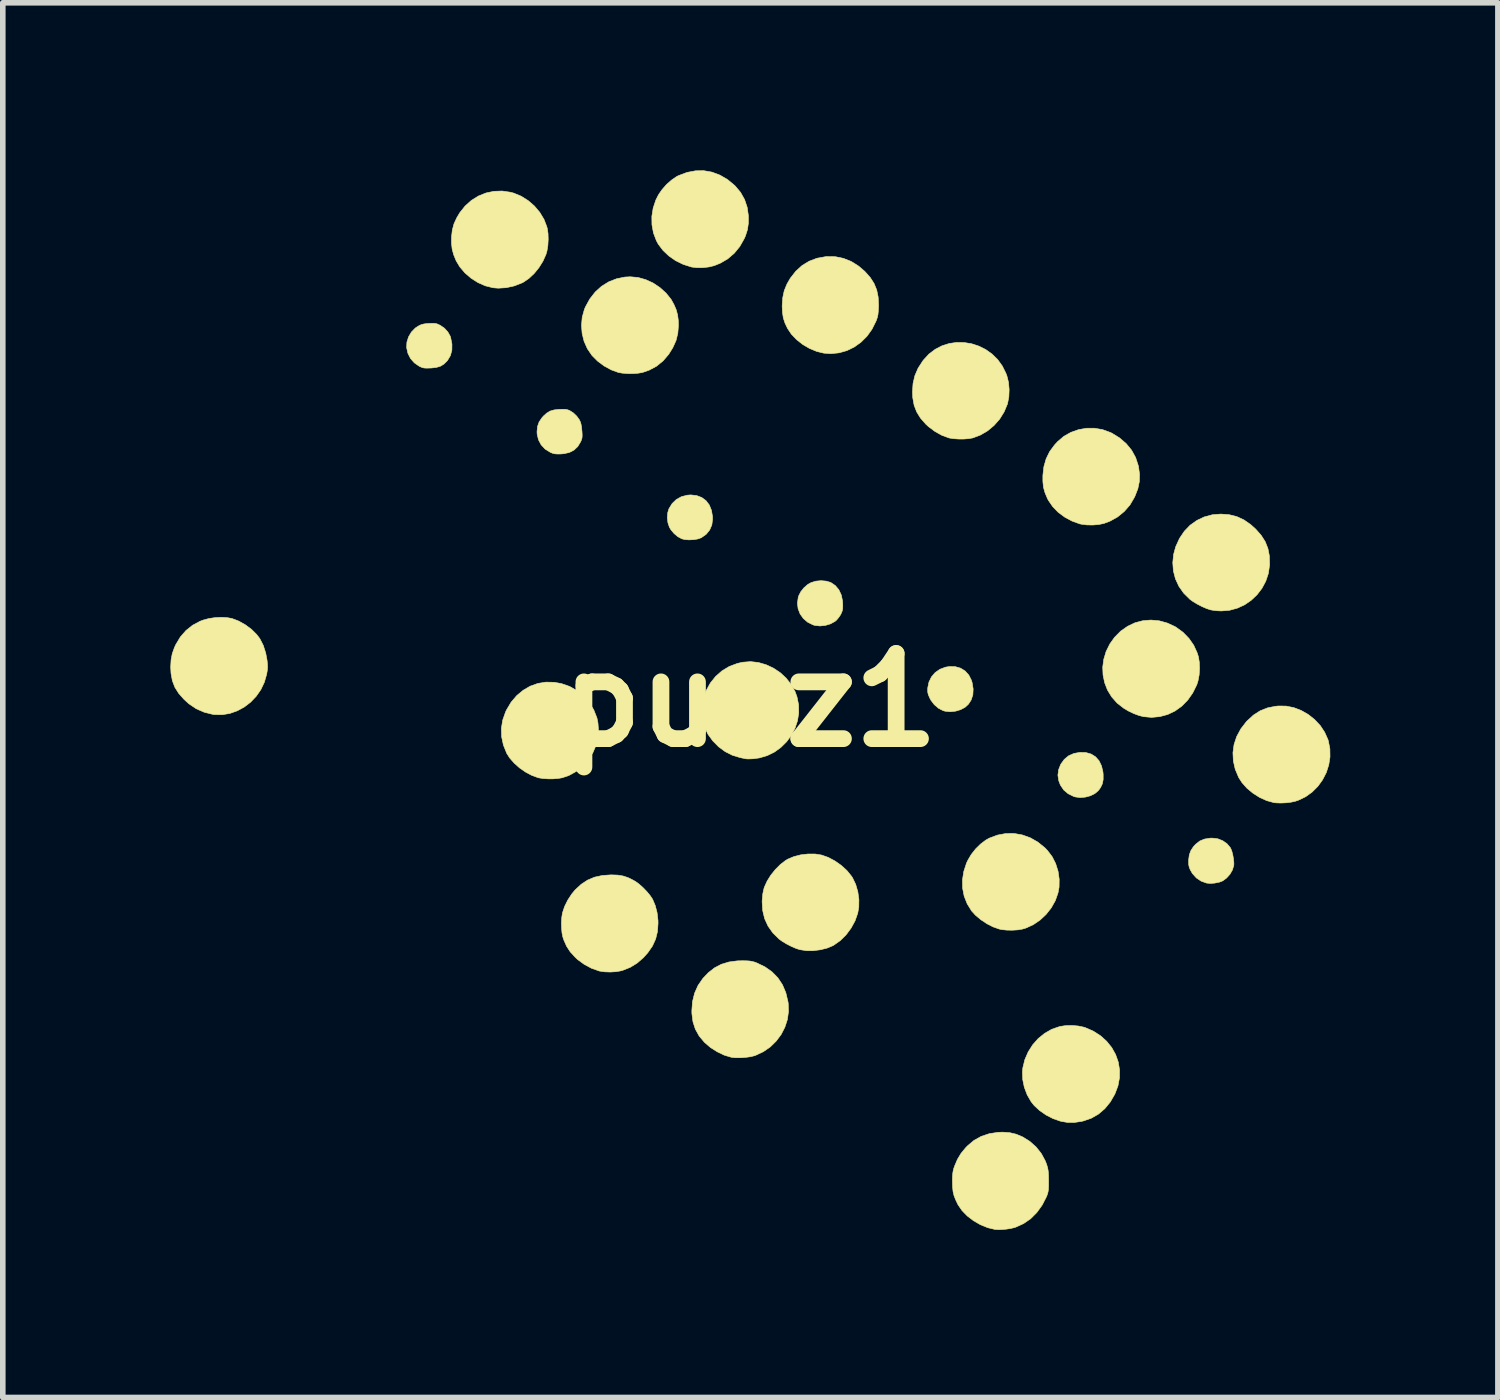
<source format=kicad_pcb>
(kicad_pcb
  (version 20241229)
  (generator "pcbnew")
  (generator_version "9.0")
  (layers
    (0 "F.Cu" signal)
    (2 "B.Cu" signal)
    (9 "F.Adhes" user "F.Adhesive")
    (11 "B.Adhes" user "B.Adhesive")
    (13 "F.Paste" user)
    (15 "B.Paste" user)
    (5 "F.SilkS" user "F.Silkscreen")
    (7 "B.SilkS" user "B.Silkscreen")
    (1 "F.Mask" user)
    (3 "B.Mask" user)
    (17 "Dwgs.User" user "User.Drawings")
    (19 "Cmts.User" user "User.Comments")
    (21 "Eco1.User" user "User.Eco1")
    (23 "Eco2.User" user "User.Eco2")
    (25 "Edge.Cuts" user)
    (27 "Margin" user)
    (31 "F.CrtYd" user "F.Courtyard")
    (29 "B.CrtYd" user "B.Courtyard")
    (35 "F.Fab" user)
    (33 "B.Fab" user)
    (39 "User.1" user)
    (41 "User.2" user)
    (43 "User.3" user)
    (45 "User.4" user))
  (footprint "puzz1"
    (layer "F.Cu")
    (at 10.377 9.481)
    (property "Reference" "puzz1" (at 0 0 0) (layer "F.SilkS") (effects (font (size 1.524 1.524) (thickness 0.3))))
    (attr through_hole)
    (fp_poly (pts (xy 6.007 0.938) (xy 6.102 0.965) (xy 6.181 1.014) (xy 6.244 1.085) (xy 6.288 1.176) (xy 6.314 1.286) (xy 6.318 1.331) (xy 6.318 1.423) (xy 6.303 1.499) (xy 6.27 1.567) (xy 6.232 1.619) (xy 6.17 1.672) (xy 6.09 1.712) (xy 6 1.736) (xy 5.907 1.744) (xy 5.819 1.733) (xy 5.792 1.725) (xy 5.692 1.676) (xy 5.612 1.608) (xy 5.553 1.521) (xy 5.523 1.442) (xy 5.508 1.343) (xy 5.521 1.244) (xy 5.559 1.148) (xy 5.622 1.061) (xy 5.699 0.997) (xy 5.793 0.955) (xy 5.898 0.936) (xy 6.007 0.938)) (stroke (width 0.01) (type solid)) (fill yes) (layer "F.SilkS"))
    (fp_poly (pts (xy -0.958 -3.661) (xy -0.866 -3.626) (xy -0.791 -3.57) (xy -0.732 -3.493) (xy -0.693 -3.397) (xy -0.674 -3.285) (xy -0.673 -3.239) (xy -0.686 -3.137) (xy -0.724 -3.047) (xy -0.786 -2.97) (xy -0.87 -2.91) (xy -0.879 -2.905) (xy -0.939 -2.884) (xy -1.014 -2.872) (xy -1.095 -2.868) (xy -1.171 -2.874) (xy -1.223 -2.887) (xy -1.294 -2.925) (xy -1.362 -2.982) (xy -1.42 -3.051) (xy -1.445 -3.093) (xy -1.472 -3.173) (xy -1.483 -3.263) (xy -1.476 -3.353) (xy -1.454 -3.425) (xy -1.397 -3.518) (xy -1.322 -3.59) (xy -1.231 -3.641) (xy -1.126 -3.668) (xy -1.064 -3.673) (xy -0.958 -3.661)) (stroke (width 0.01) (type solid)) (fill yes) (layer "F.SilkS"))
    (fp_poly (pts (xy 3.671 -0.599) (xy 3.765 -0.572) (xy 3.846 -0.522) (xy 3.912 -0.45) (xy 3.959 -0.358) (xy 3.972 -0.316) (xy 3.991 -0.2) (xy 3.986 -0.096) (xy 3.955 -0.002) (xy 3.908 0.071) (xy 3.847 0.128) (xy 3.766 0.171) (xy 3.675 0.198) (xy 3.58 0.208) (xy 3.487 0.198) (xy 3.453 0.188) (xy 3.371 0.146) (xy 3.296 0.082) (xy 3.235 0.002) (xy 3.211 -0.044) (xy 3.188 -0.099) (xy 3.178 -0.143) (xy 3.177 -0.192) (xy 3.178 -0.218) (xy 3.2 -0.324) (xy 3.245 -0.416) (xy 3.311 -0.493) (xy 3.396 -0.552) (xy 3.497 -0.59) (xy 3.566 -0.601) (xy 3.671 -0.599)) (stroke (width 0.01) (type solid)) (fill yes) (layer "F.SilkS"))
    (fp_poly (pts (xy 1.359 -2.13) (xy 1.438 -2.107) (xy 1.443 -2.105) (xy 1.524 -2.05) (xy 1.587 -1.975) (xy 1.631 -1.881) (xy 1.654 -1.77) (xy 1.657 -1.7) (xy 1.656 -1.64) (xy 1.647 -1.595) (xy 1.629 -1.551) (xy 1.616 -1.525) (xy 1.582 -1.475) (xy 1.543 -1.43) (xy 1.518 -1.409) (xy 1.438 -1.365) (xy 1.345 -1.337) (xy 1.249 -1.327) (xy 1.159 -1.337) (xy 1.127 -1.346) (xy 1.03 -1.394) (xy 0.952 -1.461) (xy 0.894 -1.542) (xy 0.858 -1.635) (xy 0.846 -1.735) (xy 0.86 -1.838) (xy 0.869 -1.867) (xy 0.906 -1.94) (xy 0.963 -2.011) (xy 1.031 -2.07) (xy 1.09 -2.103) (xy 1.175 -2.129) (xy 1.268 -2.138) (xy 1.359 -2.13)) (stroke (width 0.01) (type solid)) (fill yes) (layer "F.SilkS"))
    (fp_poly (pts (xy 8.369 2.482) (xy 8.458 2.517) (xy 8.534 2.57) (xy 8.592 2.638) (xy 8.602 2.656) (xy 8.621 2.704) (xy 8.638 2.769) (xy 8.65 2.839) (xy 8.657 2.905) (xy 8.657 2.955) (xy 8.656 2.957) (xy 8.632 3.039) (xy 8.587 3.117) (xy 8.527 3.184) (xy 8.458 3.235) (xy 8.399 3.258) (xy 8.315 3.275) (xy 8.236 3.281) (xy 8.171 3.275) (xy 8.17 3.275) (xy 8.072 3.24) (xy 7.986 3.182) (xy 7.915 3.103) (xy 7.877 3.037) (xy 7.858 2.989) (xy 7.849 2.945) (xy 7.847 2.893) (xy 7.848 2.86) (xy 7.86 2.769) (xy 7.888 2.693) (xy 7.934 2.623) (xy 7.974 2.58) (xy 8.047 2.522) (xy 8.132 2.487) (xy 8.234 2.471) (xy 8.275 2.47) (xy 8.369 2.482)) (stroke (width 0.01) (type solid)) (fill yes) (layer "F.SilkS"))
    (fp_poly (pts (xy -5.639 -6.742) (xy -5.604 -6.734) (xy -5.568 -6.718) (xy -5.546 -6.707) (xy -5.472 -6.656) (xy -5.411 -6.589) (xy -5.37 -6.516) (xy -5.362 -6.494) (xy -5.338 -6.373) (xy -5.339 -6.263) (xy -5.366 -6.165) (xy -5.417 -6.08) (xy -5.43 -6.065) (xy -5.485 -6.012) (xy -5.543 -5.977) (xy -5.612 -5.956) (xy -5.699 -5.945) (xy -5.722 -5.944) (xy -5.786 -5.942) (xy -5.83 -5.944) (xy -5.866 -5.951) (xy -5.9 -5.965) (xy -5.923 -5.976) (xy -6.01 -6.036) (xy -6.079 -6.114) (xy -6.126 -6.207) (xy -6.149 -6.309) (xy -6.144 -6.407) (xy -6.114 -6.502) (xy -6.063 -6.588) (xy -5.993 -6.66) (xy -5.938 -6.696) (xy -5.893 -6.718) (xy -5.848 -6.731) (xy -5.795 -6.739) (xy -5.743 -6.742) (xy -5.682 -6.744) (xy -5.639 -6.742)) (stroke (width 0.01) (type solid)) (fill yes) (layer "F.SilkS"))
    (fp_poly (pts (xy -3.302 -5.204) (xy -3.266 -5.196) (xy -3.23 -5.182) (xy -3.225 -5.179) (xy -3.163 -5.139) (xy -3.105 -5.083) (xy -3.059 -5.02) (xy -3.036 -4.972) (xy -3.026 -4.931) (xy -3.017 -4.874) (xy -3.011 -4.811) (xy -3.01 -4.805) (xy -3.007 -4.743) (xy -3.009 -4.699) (xy -3.018 -4.663) (xy -3.033 -4.627) (xy -3.085 -4.54) (xy -3.152 -4.476) (xy -3.235 -4.433) (xy -3.336 -4.41) (xy -3.387 -4.406) (xy -3.45 -4.405) (xy -3.496 -4.408) (xy -3.533 -4.417) (xy -3.573 -4.433) (xy -3.577 -4.435) (xy -3.67 -4.493) (xy -3.741 -4.569) (xy -3.789 -4.659) (xy -3.813 -4.761) (xy -3.815 -4.805) (xy -3.806 -4.898) (xy -3.777 -4.98) (xy -3.724 -5.057) (xy -3.699 -5.085) (xy -3.641 -5.137) (xy -3.581 -5.173) (xy -3.51 -5.194) (xy -3.421 -5.204) (xy -3.412 -5.204) (xy -3.348 -5.206) (xy -3.302 -5.204)) (stroke (width 0.01) (type solid)) (fill yes) (layer "F.SilkS"))
    (fp_poly (pts (xy 7.319 -1.42) (xy 7.465 -1.38) (xy 7.607 -1.314) (xy 7.623 -1.304) (xy 7.747 -1.214) (xy 7.854 -1.104) (xy 7.94 -0.98) (xy 8.002 -0.843) (xy 8.023 -0.776) (xy 8.039 -0.677) (xy 8.043 -0.565) (xy 8.036 -0.451) (xy 8.016 -0.345) (xy 7.994 -0.275) (xy 7.921 -0.128) (xy 7.831 0.000002) (xy 7.725 0.108) (xy 7.605 0.194) (xy 7.474 0.257) (xy 7.333 0.295) (xy 7.186 0.309) (xy 7.041 0.296) (xy 6.958 0.275) (xy 6.864 0.24) (xy 6.768 0.194) (xy 6.686 0.145) (xy 6.567 0.052) (xy 6.471 -0.057) (xy 6.396 -0.179) (xy 6.345 -0.31) (xy 6.316 -0.448) (xy 6.31 -0.589) (xy 6.329 -0.731) (xy 6.371 -0.871) (xy 6.438 -1.006) (xy 6.522 -1.124) (xy 6.632 -1.235) (xy 6.755 -1.321) (xy 6.887 -1.384) (xy 7.027 -1.421) (xy 7.172 -1.433) (xy 7.319 -1.42)) (stroke (width 0.01) (type solid)) (fill yes) (layer "F.SilkS"))
    (fp_poly (pts (xy -3.509 -0.319) (xy -3.379 -0.296) (xy -3.232 -0.245) (xy -3.098 -0.169) (xy -2.98 -0.072) (xy -2.879 0.044) (xy -2.799 0.176) (xy -2.743 0.318) (xy -2.725 0.405) (xy -2.717 0.508) (xy -2.72 0.615) (xy -2.732 0.715) (xy -2.751 0.79) (xy -2.814 0.938) (xy -2.898 1.07) (xy -3 1.184) (xy -3.116 1.278) (xy -3.245 1.349) (xy -3.365 1.39) (xy -3.438 1.402) (xy -3.527 1.409) (xy -3.622 1.409) (xy -3.711 1.403) (xy -3.785 1.391) (xy -3.794 1.389) (xy -3.907 1.348) (xy -4.02 1.288) (xy -4.128 1.213) (xy -4.224 1.127) (xy -4.304 1.036) (xy -4.357 0.953) (xy -4.417 0.804) (xy -4.449 0.654) (xy -4.453 0.505) (xy -4.429 0.357) (xy -4.377 0.209) (xy -4.361 0.176) (xy -4.279 0.038) (xy -4.179 -0.08) (xy -4.065 -0.175) (xy -3.939 -0.249) (xy -3.802 -0.298) (xy -3.658 -0.322) (xy -3.509 -0.319)) (stroke (width 0.01) (type solid)) (fill yes) (layer "F.SilkS"))
    (fp_poly (pts (xy -2.005 -7.564) (xy -1.867 -7.525) (xy -1.735 -7.464) (xy -1.613 -7.382) (xy -1.505 -7.284) (xy -1.415 -7.172) (xy -1.364 -7.08) (xy -1.324 -6.987) (xy -1.3 -6.897) (xy -1.287 -6.801) (xy -1.284 -6.706) (xy -1.295 -6.566) (xy -1.327 -6.436) (xy -1.384 -6.309) (xy -1.46 -6.187) (xy -1.56 -6.071) (xy -1.677 -5.976) (xy -1.81 -5.905) (xy -1.929 -5.864) (xy -2.006 -5.851) (xy -2.098 -5.844) (xy -2.195 -5.845) (xy -2.287 -5.852) (xy -2.357 -5.864) (xy -2.486 -5.911) (xy -2.613 -5.98) (xy -2.729 -6.066) (xy -2.828 -6.165) (xy -2.833 -6.171) (xy -2.914 -6.29) (xy -2.973 -6.423) (xy -3.008 -6.564) (xy -3.019 -6.709) (xy -3.006 -6.854) (xy -2.967 -6.994) (xy -2.948 -7.039) (xy -2.869 -7.182) (xy -2.773 -7.305) (xy -2.66 -7.407) (xy -2.533 -7.486) (xy -2.393 -7.541) (xy -2.244 -7.572) (xy -2.145 -7.577) (xy -2.005 -7.564)) (stroke (width 0.01) (type solid)) (fill yes) (layer "F.SilkS"))
    (fp_poly (pts (xy -0.683 -9.45) (xy -0.542 -9.397) (xy -0.406 -9.318) (xy -0.278 -9.212) (xy -0.267 -9.201) (xy -0.171 -9.086) (xy -0.1 -8.959) (xy -0.053 -8.818) (xy -0.032 -8.669) (xy -0.032 -8.537) (xy -0.049 -8.419) (xy -0.086 -8.305) (xy -0.105 -8.262) (xy -0.186 -8.119) (xy -0.285 -7.998) (xy -0.403 -7.897) (xy -0.538 -7.819) (xy -0.645 -7.776) (xy -0.739 -7.753) (xy -0.844 -7.741) (xy -0.95 -7.74) (xy -1.044 -7.751) (xy -1.053 -7.753) (xy -1.196 -7.798) (xy -1.332 -7.864) (xy -1.454 -7.949) (xy -1.559 -8.048) (xy -1.644 -8.16) (xy -1.678 -8.222) (xy -1.731 -8.361) (xy -1.758 -8.508) (xy -1.76 -8.658) (xy -1.736 -8.808) (xy -1.688 -8.952) (xy -1.641 -9.045) (xy -1.576 -9.139) (xy -1.496 -9.23) (xy -1.406 -9.309) (xy -1.316 -9.371) (xy -1.282 -9.388) (xy -1.131 -9.445) (xy -0.979 -9.474) (xy -0.83 -9.476) (xy -0.683 -9.45)) (stroke (width 0.01) (type solid)) (fill yes) (layer "F.SilkS"))
    (fp_poly (pts (xy 4.871 2.413) (xy 5.013 2.464) (xy 5.148 2.541) (xy 5.274 2.643) (xy 5.322 2.693) (xy 5.405 2.802) (xy 5.468 2.927) (xy 5.511 3.064) (xy 5.531 3.206) (xy 5.529 3.347) (xy 5.51 3.451) (xy 5.462 3.588) (xy 5.389 3.718) (xy 5.297 3.835) (xy 5.188 3.937) (xy 5.066 4.02) (xy 4.934 4.08) (xy 4.873 4.098) (xy 4.793 4.112) (xy 4.697 4.118) (xy 4.599 4.117) (xy 4.508 4.108) (xy 4.459 4.098) (xy 4.348 4.059) (xy 4.235 4.001) (xy 4.127 3.929) (xy 4.032 3.849) (xy 3.962 3.772) (xy 3.884 3.645) (xy 3.83 3.508) (xy 3.802 3.364) (xy 3.8 3.215) (xy 3.824 3.065) (xy 3.873 2.915) (xy 3.897 2.865) (xy 3.957 2.763) (xy 4.034 2.665) (xy 4.122 2.578) (xy 4.215 2.507) (xy 4.279 2.471) (xy 4.426 2.416) (xy 4.575 2.388) (xy 4.725 2.387) (xy 4.871 2.413)) (stroke (width 0.01) (type solid)) (fill yes) (layer "F.SilkS"))
    (fp_poly (pts (xy 9.593 0.107) (xy 9.732 0.135) (xy 9.866 0.187) (xy 9.991 0.259) (xy 10.105 0.35) (xy 10.204 0.456) (xy 10.283 0.576) (xy 10.341 0.706) (xy 10.348 0.728) (xy 10.376 0.872) (xy 10.378 1.017) (xy 10.356 1.159) (xy 10.312 1.296) (xy 10.246 1.425) (xy 10.161 1.543) (xy 10.059 1.645) (xy 9.941 1.73) (xy 9.809 1.793) (xy 9.754 1.811) (xy 9.68 1.827) (xy 9.59 1.838) (xy 9.496 1.842) (xy 9.412 1.839) (xy 9.372 1.834) (xy 9.245 1.799) (xy 9.119 1.742) (xy 8.999 1.666) (xy 8.892 1.577) (xy 8.803 1.477) (xy 8.744 1.385) (xy 8.682 1.238) (xy 8.648 1.089) (xy 8.641 0.941) (xy 8.661 0.794) (xy 8.708 0.652) (xy 8.782 0.515) (xy 8.882 0.385) (xy 8.897 0.37) (xy 9.008 0.268) (xy 9.128 0.191) (xy 9.259 0.139) (xy 9.405 0.11) (xy 9.453 0.105) (xy 9.593 0.107)) (stroke (width 0.01) (type solid)) (fill yes) (layer "F.SilkS"))
    (fp_poly (pts (xy -4.29 -9.09) (xy -4.233 -9.075) (xy -4.098 -9.019) (xy -3.973 -8.94) (xy -3.861 -8.843) (xy -3.766 -8.73) (xy -3.691 -8.606) (xy -3.64 -8.474) (xy -3.632 -8.444) (xy -3.618 -8.351) (xy -3.615 -8.246) (xy -3.621 -8.138) (xy -3.637 -8.039) (xy -3.654 -7.98) (xy -3.708 -7.858) (xy -3.781 -7.741) (xy -3.866 -7.636) (xy -3.961 -7.547) (xy -4.061 -7.479) (xy -4.083 -7.468) (xy -4.221 -7.414) (xy -4.366 -7.382) (xy -4.509 -7.373) (xy -4.604 -7.381) (xy -4.74 -7.415) (xy -4.872 -7.473) (xy -4.995 -7.551) (xy -5.105 -7.646) (xy -5.197 -7.754) (xy -5.262 -7.862) (xy -5.306 -7.969) (xy -5.334 -8.071) (xy -5.346 -8.178) (xy -5.345 -8.294) (xy -5.331 -8.415) (xy -5.301 -8.526) (xy -5.25 -8.636) (xy -5.198 -8.723) (xy -5.102 -8.844) (xy -4.99 -8.944) (xy -4.865 -9.022) (xy -4.729 -9.077) (xy -4.586 -9.107) (xy -4.439 -9.112) (xy -4.29 -9.09)) (stroke (width 0.01) (type solid)) (fill yes) (layer "F.SilkS"))
    (fp_poly (pts (xy 5.873 5.833) (xy 5.973 5.854) (xy 5.995 5.861) (xy 6.142 5.925) (xy 6.271 6.008) (xy 6.381 6.107) (xy 6.472 6.22) (xy 6.541 6.344) (xy 6.588 6.477) (xy 6.611 6.616) (xy 6.61 6.76) (xy 6.583 6.904) (xy 6.529 7.047) (xy 6.529 7.048) (xy 6.446 7.192) (xy 6.348 7.312) (xy 6.235 7.409) (xy 6.106 7.483) (xy 5.962 7.533) (xy 5.924 7.541) (xy 5.797 7.56) (xy 5.681 7.559) (xy 5.564 7.539) (xy 5.549 7.535) (xy 5.42 7.49) (xy 5.296 7.426) (xy 5.182 7.347) (xy 5.085 7.258) (xy 5.029 7.188) (xy 4.958 7.065) (xy 4.907 6.93) (xy 4.878 6.791) (xy 4.873 6.654) (xy 4.88 6.583) (xy 4.916 6.435) (xy 4.976 6.297) (xy 5.056 6.17) (xy 5.155 6.058) (xy 5.27 5.965) (xy 5.397 5.892) (xy 5.535 5.844) (xy 5.546 5.841) (xy 5.647 5.826) (xy 5.76 5.823) (xy 5.873 5.833)) (stroke (width 0.01) (type solid)) (fill yes) (layer "F.SilkS"))
    (fp_poly (pts (xy 6.165 -4.866) (xy 6.309 -4.841) (xy 6.448 -4.79) (xy 6.474 -4.778) (xy 6.613 -4.692) (xy 6.731 -4.59) (xy 6.827 -4.473) (xy 6.899 -4.342) (xy 6.946 -4.198) (xy 6.95 -4.183) (xy 6.969 -4.044) (xy 6.966 -3.914) (xy 6.939 -3.784) (xy 6.887 -3.65) (xy 6.877 -3.629) (xy 6.797 -3.493) (xy 6.695 -3.376) (xy 6.575 -3.278) (xy 6.438 -3.202) (xy 6.331 -3.162) (xy 6.239 -3.143) (xy 6.133 -3.134) (xy 6.025 -3.136) (xy 5.927 -3.149) (xy 5.898 -3.155) (xy 5.76 -3.205) (xy 5.63 -3.275) (xy 5.513 -3.362) (xy 5.415 -3.463) (xy 5.338 -3.575) (xy 5.322 -3.605) (xy 5.278 -3.709) (xy 5.25 -3.808) (xy 5.239 -3.913) (xy 5.239 -4.022) (xy 5.257 -4.178) (xy 5.297 -4.318) (xy 5.359 -4.446) (xy 5.448 -4.567) (xy 5.503 -4.627) (xy 5.615 -4.722) (xy 5.741 -4.793) (xy 5.877 -4.841) (xy 6.02 -4.866) (xy 6.165 -4.866)) (stroke (width 0.01) (type solid)) (fill yes) (layer "F.SilkS"))
    (fp_poly (pts (xy 8.573 -3.319) (xy 8.709 -3.285) (xy 8.837 -3.226) (xy 8.959 -3.141) (xy 9.047 -3.062) (xy 9.146 -2.95) (xy 9.219 -2.835) (xy 9.267 -2.713) (xy 9.293 -2.58) (xy 9.297 -2.431) (xy 9.296 -2.415) (xy 9.275 -2.268) (xy 9.229 -2.13) (xy 9.161 -2.002) (xy 9.073 -1.887) (xy 8.969 -1.788) (xy 8.85 -1.706) (xy 8.719 -1.646) (xy 8.58 -1.608) (xy 8.434 -1.596) (xy 8.432 -1.596) (xy 8.366 -1.599) (xy 8.299 -1.606) (xy 8.245 -1.615) (xy 8.243 -1.615) (xy 8.172 -1.638) (xy 8.088 -1.674) (xy 8.003 -1.718) (xy 7.925 -1.765) (xy 7.87 -1.805) (xy 7.76 -1.914) (xy 7.674 -2.036) (xy 7.612 -2.17) (xy 7.575 -2.312) (xy 7.564 -2.46) (xy 7.579 -2.609) (xy 7.617 -2.747) (xy 7.685 -2.895) (xy 7.771 -3.023) (xy 7.875 -3.131) (xy 7.995 -3.216) (xy 8.128 -3.279) (xy 8.273 -3.318) (xy 8.424 -3.33) (xy 8.573 -3.319)) (stroke (width 0.01) (type solid)) (fill yes) (layer "F.SilkS"))
    (fp_poly (pts (xy 1.522 -7.937) (xy 1.668 -7.907) (xy 1.809 -7.851) (xy 1.941 -7.768) (xy 2.054 -7.671) (xy 2.149 -7.564) (xy 2.218 -7.456) (xy 2.265 -7.341) (xy 2.291 -7.213) (xy 2.298 -7.07) (xy 2.297 -7.035) (xy 2.293 -6.958) (xy 2.287 -6.899) (xy 2.276 -6.849) (xy 2.259 -6.8) (xy 2.251 -6.78) (xy 2.18 -6.638) (xy 2.09 -6.512) (xy 1.983 -6.406) (xy 1.863 -6.32) (xy 1.732 -6.256) (xy 1.592 -6.216) (xy 1.446 -6.201) (xy 1.319 -6.21) (xy 1.191 -6.241) (xy 1.063 -6.294) (xy 0.941 -6.365) (xy 0.831 -6.452) (xy 0.738 -6.549) (xy 0.668 -6.654) (xy 0.667 -6.656) (xy 0.623 -6.749) (xy 0.594 -6.838) (xy 0.579 -6.932) (xy 0.573 -7.043) (xy 0.573 -7.063) (xy 0.583 -7.203) (xy 0.61 -7.329) (xy 0.659 -7.448) (xy 0.719 -7.552) (xy 0.817 -7.677) (xy 0.929 -7.779) (xy 1.056 -7.856) (xy 1.196 -7.909) (xy 1.35 -7.937) (xy 1.372 -7.939) (xy 1.522 -7.937)) (stroke (width 0.01) (type solid)) (fill yes) (layer "F.SilkS"))
    (fp_poly (pts (xy 3.832 -6.4) (xy 3.965 -6.378) (xy 4.094 -6.336) (xy 4.217 -6.274) (xy 4.329 -6.194) (xy 4.429 -6.096) (xy 4.513 -5.98) (xy 4.579 -5.846) (xy 4.595 -5.804) (xy 4.624 -5.687) (xy 4.635 -5.558) (xy 4.63 -5.43) (xy 4.608 -5.313) (xy 4.604 -5.299) (xy 4.546 -5.16) (xy 4.466 -5.031) (xy 4.366 -4.917) (xy 4.25 -4.82) (xy 4.122 -4.745) (xy 3.985 -4.693) (xy 3.979 -4.692) (xy 3.911 -4.68) (xy 3.825 -4.673) (xy 3.733 -4.673) (xy 3.645 -4.679) (xy 3.571 -4.69) (xy 3.558 -4.693) (xy 3.432 -4.739) (xy 3.308 -4.808) (xy 3.192 -4.895) (xy 3.145 -4.938) (xy 3.049 -5.047) (xy 2.98 -5.159) (xy 2.934 -5.279) (xy 2.91 -5.412) (xy 2.905 -5.513) (xy 2.915 -5.667) (xy 2.948 -5.807) (xy 3.005 -5.94) (xy 3.088 -6.069) (xy 3.101 -6.086) (xy 3.2 -6.194) (xy 3.312 -6.279) (xy 3.434 -6.342) (xy 3.563 -6.383) (xy 3.697 -6.402) (xy 3.832 -6.4)) (stroke (width 0.01) (type solid)) (fill yes) (layer "F.SilkS"))
    (fp_poly (pts (xy -9.367 -1.477) (xy -9.28 -1.462) (xy -9.276 -1.461) (xy -9.153 -1.414) (xy -9.034 -1.347) (xy -8.924 -1.265) (xy -8.831 -1.172) (xy -8.776 -1.099) (xy -8.715 -0.98) (xy -8.671 -0.842) (xy -8.647 -0.713) (xy -8.64 -0.642) (xy -8.638 -0.585) (xy -8.643 -0.53) (xy -8.654 -0.465) (xy -8.654 -0.464) (xy -8.695 -0.321) (xy -8.758 -0.188) (xy -8.841 -0.069) (xy -8.941 0.036) (xy -9.054 0.123) (xy -9.179 0.191) (xy -9.311 0.238) (xy -9.449 0.261) (xy -9.59 0.259) (xy -9.618 0.255) (xy -9.771 0.217) (xy -9.914 0.155) (xy -10.046 0.066) (xy -10.133 -0.013) (xy -10.228 -0.12) (xy -10.297 -0.23) (xy -10.342 -0.348) (xy -10.366 -0.479) (xy -10.372 -0.593) (xy -10.365 -0.719) (xy -10.344 -0.831) (xy -10.305 -0.941) (xy -10.28 -0.995) (xy -10.199 -1.13) (xy -10.098 -1.246) (xy -9.98 -1.34) (xy -9.845 -1.412) (xy -9.786 -1.434) (xy -9.689 -1.46) (xy -9.581 -1.476) (xy -9.471 -1.482) (xy -9.367 -1.477)) (stroke (width 0.01) (type solid)) (fill yes) (layer "F.SilkS"))
    (fp_poly (pts (xy -0.065 4.666) (xy -0.008 4.67) (xy 0.038 4.678) (xy 0.082 4.69) (xy 0.116 4.703) (xy 0.264 4.774) (xy 0.39 4.863) (xy 0.495 4.97) (xy 0.578 5.095) (xy 0.638 5.237) (xy 0.676 5.396) (xy 0.681 5.426) (xy 0.686 5.573) (xy 0.666 5.717) (xy 0.621 5.855) (xy 0.554 5.985) (xy 0.466 6.103) (xy 0.36 6.207) (xy 0.237 6.292) (xy 0.099 6.357) (xy 0.08 6.364) (xy 0.01 6.382) (xy -0.078 6.394) (xy -0.171 6.401) (xy -0.26 6.401) (xy -0.333 6.393) (xy -0.339 6.392) (xy -0.463 6.355) (xy -0.589 6.295) (xy -0.709 6.219) (xy -0.814 6.129) (xy -0.819 6.124) (xy -0.913 6.012) (xy -0.981 5.89) (xy -1.024 5.757) (xy -1.043 5.61) (xy -1.044 5.559) (xy -1.032 5.396) (xy -0.995 5.246) (xy -0.933 5.107) (xy -0.845 4.98) (xy -0.749 4.879) (xy -0.638 4.792) (xy -0.516 4.728) (xy -0.38 4.687) (xy -0.229 4.667) (xy -0.141 4.665) (xy -0.065 4.666)) (stroke (width 0.01) (type solid)) (fill yes) (layer "F.SilkS"))
    (fp_poly (pts (xy 0.148 -0.673) (xy 0.286 -0.633) (xy 0.417 -0.572) (xy 0.538 -0.491) (xy 0.644 -0.393) (xy 0.734 -0.279) (xy 0.804 -0.152) (xy 0.838 -0.058) (xy 0.867 0.086) (xy 0.869 0.23) (xy 0.847 0.37) (xy 0.802 0.505) (xy 0.737 0.63) (xy 0.653 0.744) (xy 0.552 0.844) (xy 0.437 0.928) (xy 0.308 0.992) (xy 0.168 1.034) (xy 0.052 1.05) (xy -0.002 1.052) (xy -0.049 1.053) (xy -0.077 1.05) (xy -0.078 1.05) (xy -0.107 1.044) (xy -0.152 1.035) (xy -0.183 1.028) (xy -0.319 0.987) (xy -0.447 0.922) (xy -0.565 0.835) (xy -0.669 0.73) (xy -0.755 0.612) (xy -0.818 0.483) (xy -0.838 0.424) (xy -0.852 0.357) (xy -0.859 0.271) (xy -0.86 0.178) (xy -0.856 0.086) (xy -0.845 0.006) (xy -0.839 -0.022) (xy -0.787 -0.172) (xy -0.712 -0.307) (xy -0.617 -0.425) (xy -0.504 -0.524) (xy -0.375 -0.602) (xy -0.231 -0.656) (xy -0.135 -0.678) (xy 0.007 -0.689) (xy 0.148 -0.673)) (stroke (width 0.01) (type solid)) (fill yes) (layer "F.SilkS"))
    (fp_poly (pts (xy 1.167 2.755) (xy 1.278 2.773) (xy 1.397 2.815) (xy 1.517 2.879) (xy 1.631 2.959) (xy 1.732 3.051) (xy 1.813 3.151) (xy 1.833 3.182) (xy 1.889 3.299) (xy 1.927 3.431) (xy 1.946 3.569) (xy 1.944 3.706) (xy 1.925 3.815) (xy 1.877 3.951) (xy 1.806 4.081) (xy 1.717 4.201) (xy 1.613 4.304) (xy 1.498 4.385) (xy 1.481 4.395) (xy 1.378 4.438) (xy 1.259 4.468) (xy 1.132 4.484) (xy 1.007 4.484) (xy 0.893 4.467) (xy 0.891 4.467) (xy 0.82 4.444) (xy 0.737 4.408) (xy 0.651 4.364) (xy 0.573 4.317) (xy 0.518 4.277) (xy 0.406 4.167) (xy 0.32 4.045) (xy 0.259 3.912) (xy 0.224 3.766) (xy 0.214 3.609) (xy 0.216 3.572) (xy 0.226 3.466) (xy 0.246 3.375) (xy 0.254 3.348) (xy 0.302 3.242) (xy 0.369 3.134) (xy 0.451 3.032) (xy 0.541 2.942) (xy 0.634 2.87) (xy 0.673 2.847) (xy 0.782 2.801) (xy 0.907 2.769) (xy 1.038 2.754) (xy 1.167 2.755)) (stroke (width 0.01) (type solid)) (fill yes) (layer "F.SilkS"))
    (fp_poly (pts (xy -2.371 3.132) (xy -2.275 3.148) (xy -2.184 3.178) (xy -2.09 3.225) (xy -2.052 3.247) (xy -1.989 3.293) (xy -1.92 3.354) (xy -1.852 3.424) (xy -1.793 3.495) (xy -1.749 3.56) (xy -1.746 3.566) (xy -1.699 3.677) (xy -1.666 3.805) (xy -1.65 3.942) (xy -1.649 3.995) (xy -1.659 4.142) (xy -1.692 4.276) (xy -1.749 4.401) (xy -1.832 4.521) (xy -1.911 4.609) (xy -2.026 4.709) (xy -2.147 4.783) (xy -2.28 4.836) (xy -2.321 4.847) (xy -2.406 4.861) (xy -2.506 4.867) (xy -2.606 4.863) (xy -2.695 4.85) (xy -2.709 4.846) (xy -2.841 4.799) (xy -2.971 4.729) (xy -3.09 4.642) (xy -3.134 4.6) (xy -3.221 4.505) (xy -3.285 4.407) (xy -3.334 4.297) (xy -3.353 4.24) (xy -3.368 4.167) (xy -3.376 4.077) (xy -3.378 3.981) (xy -3.372 3.888) (xy -3.36 3.81) (xy -3.322 3.695) (xy -3.264 3.578) (xy -3.191 3.467) (xy -3.133 3.397) (xy -3.025 3.297) (xy -2.911 3.222) (xy -2.786 3.169) (xy -2.648 3.139) (xy -2.493 3.128) (xy -2.484 3.128) (xy -2.371 3.132)) (stroke (width 0.01) (type solid)) (fill yes) (layer "F.SilkS"))
    (fp_poly (pts (xy 4.645 7.742) (xy 4.76 7.769) (xy 4.876 7.818) (xy 4.877 7.818) (xy 5.005 7.898) (xy 5.118 7.999) (xy 5.211 8.116) (xy 5.281 8.246) (xy 5.307 8.312) (xy 5.321 8.361) (xy 5.331 8.406) (xy 5.337 8.455) (xy 5.34 8.517) (xy 5.341 8.598) (xy 5.341 8.608) (xy 5.341 8.687) (xy 5.339 8.745) (xy 5.334 8.789) (xy 5.326 8.825) (xy 5.314 8.861) (xy 5.304 8.887) (xy 5.226 9.039) (xy 5.131 9.171) (xy 5.02 9.282) (xy 4.894 9.369) (xy 4.754 9.433) (xy 4.726 9.442) (xy 4.662 9.457) (xy 4.584 9.469) (xy 4.503 9.476) (xy 4.43 9.477) (xy 4.381 9.474) (xy 4.249 9.442) (xy 4.12 9.389) (xy 3.997 9.318) (xy 3.886 9.233) (xy 3.793 9.138) (xy 3.722 9.035) (xy 3.716 9.024) (xy 3.676 8.94) (xy 3.648 8.867) (xy 3.631 8.795) (xy 3.623 8.714) (xy 3.62 8.615) (xy 3.621 8.537) (xy 3.625 8.478) (xy 3.632 8.431) (xy 3.643 8.386) (xy 3.658 8.342) (xy 3.71 8.219) (xy 3.774 8.113) (xy 3.856 8.013) (xy 3.89 7.978) (xy 4.005 7.881) (xy 4.136 7.808) (xy 4.28 7.76) (xy 4.438 7.736) (xy 4.518 7.733) (xy 4.645 7.742)) (stroke (width 0.01) (type solid)) (fill yes) (layer "F.SilkS")))
  (gr_rect
    (start -3 -3)
    (end 23.76 21.963)
    (stroke (width 0.1) (type default))
    (fill no)
    (layer "Edge.Cuts")))
</source>
